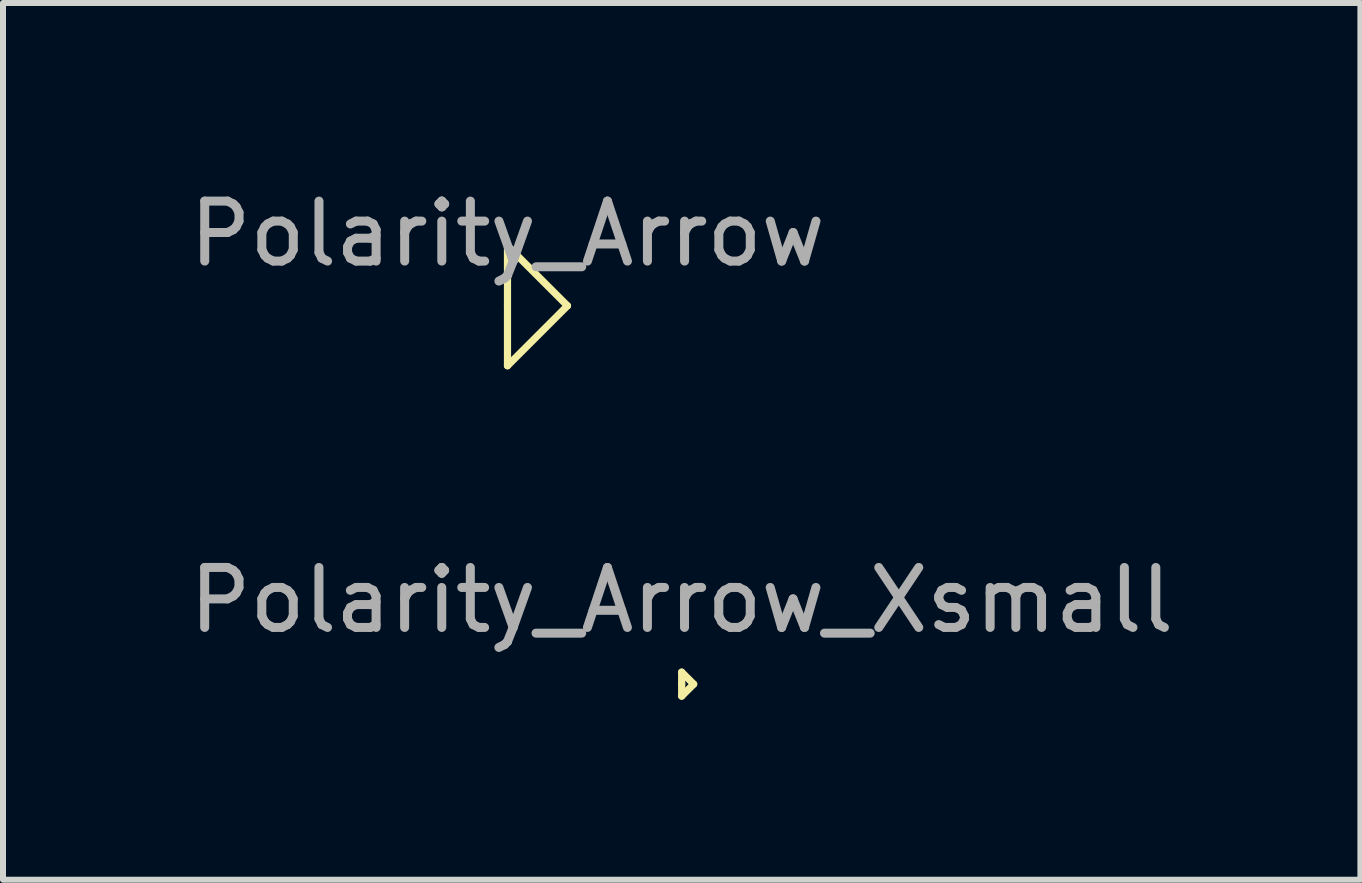
<source format=kicad_pcb>
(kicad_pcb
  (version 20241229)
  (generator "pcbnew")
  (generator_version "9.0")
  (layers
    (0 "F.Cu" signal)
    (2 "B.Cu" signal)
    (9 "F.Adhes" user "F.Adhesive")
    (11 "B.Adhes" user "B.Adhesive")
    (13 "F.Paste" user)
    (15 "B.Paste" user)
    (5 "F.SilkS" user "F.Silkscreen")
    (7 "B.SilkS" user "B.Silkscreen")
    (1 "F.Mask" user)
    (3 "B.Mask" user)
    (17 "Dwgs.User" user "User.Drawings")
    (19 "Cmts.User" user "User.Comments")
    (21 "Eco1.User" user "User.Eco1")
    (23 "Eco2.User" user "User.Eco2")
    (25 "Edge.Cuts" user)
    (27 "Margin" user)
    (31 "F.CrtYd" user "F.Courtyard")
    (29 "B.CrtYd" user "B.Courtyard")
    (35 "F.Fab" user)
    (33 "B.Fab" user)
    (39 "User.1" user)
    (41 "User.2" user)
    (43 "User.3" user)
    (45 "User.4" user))
  (footprint "Polarity_Arrow_Xsmall"
    (layer "F.Cu")
    (at 8.315 8.156)
    (property "Reference" "Polarity_Arrow_Xsmall" (at 0 -1.2 0) (layer "F.Fab") (effects (font (size 1 1) (thickness 0.15))))
    (attr through_hole)
    (fp_line (start 0 0) (end 0.2 0.2) (stroke (width 0.12) (type solid)) (layer "F.SilkS"))
    (fp_line (start 0 0.2) (end 0 0) (stroke (width 0.12) (type solid)) (layer "F.SilkS"))
    (fp_line (start 0 0.4) (end 0 0.2) (stroke (width 0.12) (type solid)) (layer "F.SilkS"))
    (fp_line (start 0.2 0.2) (end 0 0.4) (stroke (width 0.12) (type solid)) (layer "F.SilkS")))
  (footprint "Polarity_Arrow"
    (layer "F.Cu")
    (at 5.411 2.048)
    (property "Reference" "Polarity_Arrow" (at 0 -1.2 0) (layer "F.Fab") (effects (font (size 1 1) (thickness 0.15))))
    (attr through_hole)
    (fp_line (start 0 -1) (end 1 0) (stroke (width 0.12) (type solid)) (layer "F.SilkS"))
    (fp_line (start 0 0) (end 0 -1) (stroke (width 0.12) (type solid)) (layer "F.SilkS"))
    (fp_line (start 0 1) (end 0 0) (stroke (width 0.12) (type solid)) (layer "F.SilkS"))
    (fp_line (start 1 0) (end 0 1) (stroke (width 0.12) (type solid)) (layer "F.SilkS")))
  (gr_rect
    (start -3 -3)
    (end 19.631 11.617)
    (stroke (width 0.1) (type default))
    (fill no)
    (layer "Edge.Cuts")))
</source>
